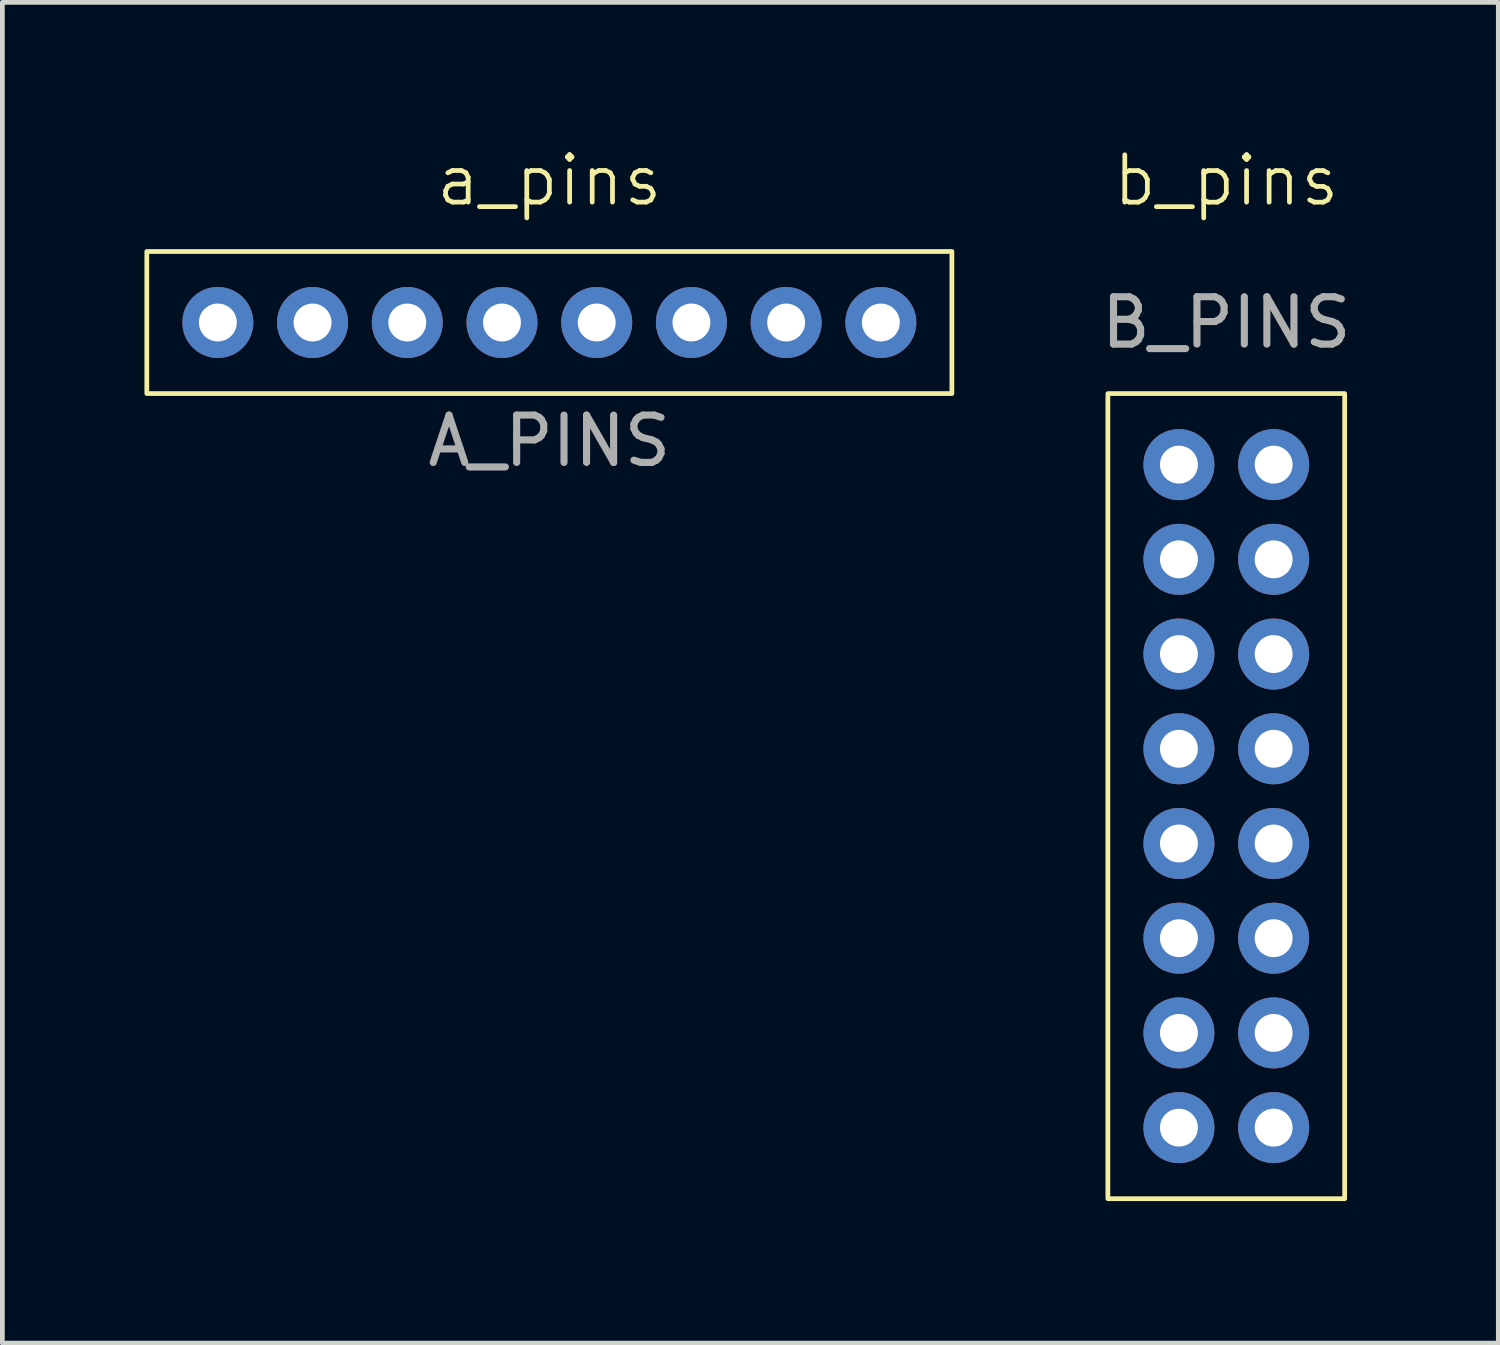
<source format=kicad_pcb>
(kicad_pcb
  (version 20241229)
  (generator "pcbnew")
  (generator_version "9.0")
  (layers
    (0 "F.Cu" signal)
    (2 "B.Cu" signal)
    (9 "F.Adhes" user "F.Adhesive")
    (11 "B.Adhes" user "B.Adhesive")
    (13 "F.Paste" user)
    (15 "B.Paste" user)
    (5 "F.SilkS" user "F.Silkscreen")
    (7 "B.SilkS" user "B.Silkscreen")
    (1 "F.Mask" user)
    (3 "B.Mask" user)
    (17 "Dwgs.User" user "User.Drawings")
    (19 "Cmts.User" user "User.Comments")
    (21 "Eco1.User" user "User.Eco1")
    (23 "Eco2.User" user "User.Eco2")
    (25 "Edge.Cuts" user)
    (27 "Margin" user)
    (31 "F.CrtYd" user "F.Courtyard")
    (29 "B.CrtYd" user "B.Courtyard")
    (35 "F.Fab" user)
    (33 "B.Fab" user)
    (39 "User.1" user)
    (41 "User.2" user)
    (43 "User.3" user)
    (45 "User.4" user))
  (footprint "a_pins"
    (layer "F.Cu")
    (at 8.55 3.76)
    (property "Reference" "a_pins" (at 0 -3 0) (unlocked yes) (layer "F.SilkS") (effects (font (size 1 1) (thickness 0.1))))
    (attr through_hole)
    (fp_rect (start -8.5 -1.5) (end 8.5 1.5) (stroke (width 0.1) (type default)) (fill no) (layer "F.SilkS"))
    (fp_text user "A_PINS" (at 0 2.5 0) (unlocked yes) (layer "F.Fab") (effects (font (size 1 1) (thickness 0.15))))
    (pad "A2" thru_hole circle (at -3 0 90) (size 1.5 1.5) (drill 0.8) (layers "*.Cu" "*.Mask"))
    (pad "A3" thru_hole circle (at 1 0 90) (size 1.5 1.5) (drill 0.8) (layers "*.Cu" "*.Mask"))
    (pad "A5" thru_hole circle (at 3 0 90) (size 1.5 1.5) (drill 0.8) (layers "*.Cu" "*.Mask"))
    (pad "A9" thru_hole circle (at 5 0 90) (size 1.5 1.5) (drill 0.8) (layers "*.Cu" "*.Mask"))
    (pad "A11" thru_hole circle (at 7 0 90) (size 1.5 1.5) (drill 0.8) (layers "*.Cu" "*.Mask"))
    (pad "B2" thru_hole circle (at -7 0 90) (size 1.5 1.5) (drill 0.8) (layers "*.Cu" "*.Mask"))
    (pad "GND_A" thru_hole circle (at -1 0 90) (size 1.5 1.5) (drill 0.8) (layers "*.Cu" "*.Mask"))
    (pad "GND_B" thru_hole circle (at -5 0 90) (size 1.5 1.5) (drill 0.8) (layers "*.Cu" "*.Mask")))
  (footprint "b_pins"
    (layer "F.Cu")
    (at 22.844 13.761)
    (property "Reference" "b_pins" (at 0 -13 0) (unlocked yes) (layer "F.SilkS") (effects (font (size 1 1) (thickness 0.1))))
    (attr through_hole)
    (fp_rect (start -2.5 -8.5) (end 2.5 8.5) (stroke (width 0.1) (type default)) (fill no) (layer "F.SilkS"))
    (fp_text user "B_PINS" (at 0 -10 0) (unlocked yes) (layer "F.Fab") (effects (font (size 1 1) (thickness 0.15))))
    (pad "B3" thru_hole circle (at 1 7) (size 1.5 1.5) (drill 0.8) (layers "*.Cu" "*.Mask"))
    (pad "B4" thru_hole circle (at 1 5) (size 1.5 1.5) (drill 0.8) (layers "*.Cu" "*.Mask"))
    (pad "B5" thru_hole circle (at 1 3) (size 1.5 1.5) (drill 0.8) (layers "*.Cu" "*.Mask"))
    (pad "B6" thru_hole circle (at 1 1) (size 1.5 1.5) (drill 0.8) (layers "*.Cu" "*.Mask"))
    (pad "B7" thru_hole circle (at 1 -1) (size 1.5 1.5) (drill 0.8) (layers "*.Cu" "*.Mask"))
    (pad "B8" thru_hole circle (at 1 -3) (size 1.5 1.5) (drill 0.8) (layers "*.Cu" "*.Mask"))
    (pad "B9" thru_hole circle (at 1 -5) (size 1.5 1.5) (drill 0.8) (layers "*.Cu" "*.Mask"))
    (pad "B10" thru_hole circle (at 1 -7) (size 1.5 1.5) (drill 0.8) (layers "*.Cu" "*.Mask"))
    (pad "B11" thru_hole circle (at -1 7) (size 1.5 1.5) (drill 0.8) (layers "*.Cu" "*.Mask"))
    (pad "B12" thru_hole circle (at -1 5) (size 1.5 1.5) (drill 0.8) (layers "*.Cu" "*.Mask"))
    (pad "B13" thru_hole circle (at -1 3) (size 1.5 1.5) (drill 0.8) (layers "*.Cu" "*.Mask"))
    (pad "BA1" thru_hole circle (at -1 -7) (size 1.5 1.5) (drill 0.8) (layers "*.Cu" "*.Mask"))
    (pad "BA2" thru_hole circle (at -1 -5) (size 1.5 1.5) (drill 0.8) (layers "*.Cu" "*.Mask"))
    (pad "BA3" thru_hole circle (at -1 -3) (size 1.5 1.5) (drill 0.8) (layers "*.Cu" "*.Mask"))
    (pad "BA4" thru_hole circle (at -1 -1) (size 1.5 1.5) (drill 0.8) (layers "*.Cu" "*.Mask"))
    (pad "BA5" thru_hole circle (at -1 1) (size 1.5 1.5) (drill 0.8) (layers "*.Cu" "*.Mask")))
  (gr_rect
    (start -3 -3)
    (end 28.588 25.311)
    (stroke (width 0.1) (type default))
    (fill no)
    (layer "Edge.Cuts")))
</source>
